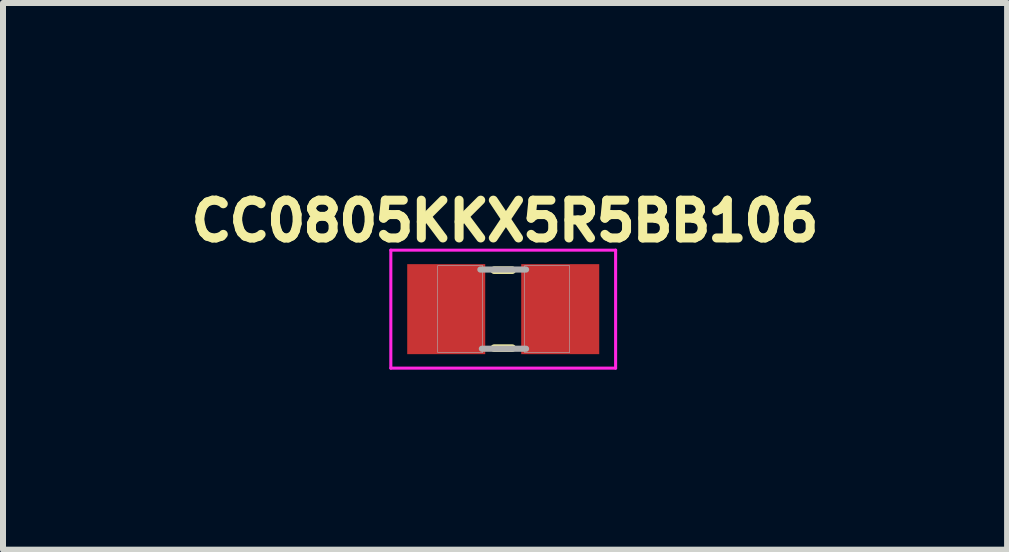
<source format=kicad_pcb>
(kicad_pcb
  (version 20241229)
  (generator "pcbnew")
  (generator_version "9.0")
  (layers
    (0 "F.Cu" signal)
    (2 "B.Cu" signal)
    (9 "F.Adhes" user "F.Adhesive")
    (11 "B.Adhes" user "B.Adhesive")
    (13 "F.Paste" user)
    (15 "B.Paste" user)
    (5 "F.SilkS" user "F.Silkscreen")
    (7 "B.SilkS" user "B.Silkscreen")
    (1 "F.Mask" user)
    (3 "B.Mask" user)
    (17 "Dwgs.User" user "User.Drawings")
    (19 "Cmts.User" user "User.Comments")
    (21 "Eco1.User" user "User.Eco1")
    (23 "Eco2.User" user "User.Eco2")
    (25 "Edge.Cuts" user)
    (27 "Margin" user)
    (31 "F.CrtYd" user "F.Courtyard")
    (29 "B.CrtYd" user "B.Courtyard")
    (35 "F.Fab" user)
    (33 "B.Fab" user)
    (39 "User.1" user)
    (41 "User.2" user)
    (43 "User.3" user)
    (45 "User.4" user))
  (footprint "CC0805KKX5R5BB106"
    (layer "F.Cu")
    (at 5.336 2.102)
    (property "Reference" "CC0805KKX5R5BB106" (at 0.03 -1.47 0) (layer "F.SilkS") (effects (font (size 0.63 0.63) (thickness 0.15))))
    (attr smd)
    (fp_line (start -0.15 -0.65) (end 0.15 -0.65) (stroke (width 0.127) (type solid)) (layer "F.SilkS"))
    (fp_line (start -0.15 0.65) (end 0.15 0.65) (stroke (width 0.127) (type solid)) (layer "F.SilkS"))
    (fp_line (start -1.873 -0.983) (end 1.873 -0.983) (stroke (width 0.051) (type solid)) (layer "F.CrtYd"))
    (fp_line (start -1.873 0.983) (end -1.873 -0.983) (stroke (width 0.051) (type solid)) (layer "F.CrtYd"))
    (fp_line (start 1.873 -0.983) (end 1.873 0.983) (stroke (width 0.051) (type solid)) (layer "F.CrtYd"))
    (fp_line (start 1.873 0.983) (end -1.873 0.983) (stroke (width 0.051) (type solid)) (layer "F.CrtYd"))
    (fp_line (start -0.381 -0.66) (end 0.381 -0.66) (stroke (width 0.102) (type solid)) (layer "F.Fab"))
    (fp_line (start -0.356 0.66) (end 0.381 0.66) (stroke (width 0.102) (type solid)) (layer "F.Fab"))
    (fp_poly (pts (xy -1.092 -0.726) (xy -0.342 -0.726) (xy -0.342 0.724) (xy -1.092 0.724)) (stroke (width 0.01) (type solid)) (fill no) (layer "F.Fab"))
    (fp_poly (pts (xy 0.356 -0.726) (xy 1.106 -0.726) (xy 1.106 0.724) (xy 0.356 0.724)) (stroke (width 0.01) (type solid)) (fill no) (layer "F.Fab"))
    (pad "1" smd rect (at -0.95 0) (size 1.3 1.5) (layers "F.Cu" "F.Mask" "F.Paste"))
    (pad "2" smd rect (at 0.95 0) (size 1.3 1.5) (layers "F.Cu" "F.Mask" "F.Paste")))
  (gr_rect
    (start -3 -3)
    (end 13.733 6.11)
    (stroke (width 0.1) (type default))
    (fill no)
    (layer "Edge.Cuts")))
</source>
